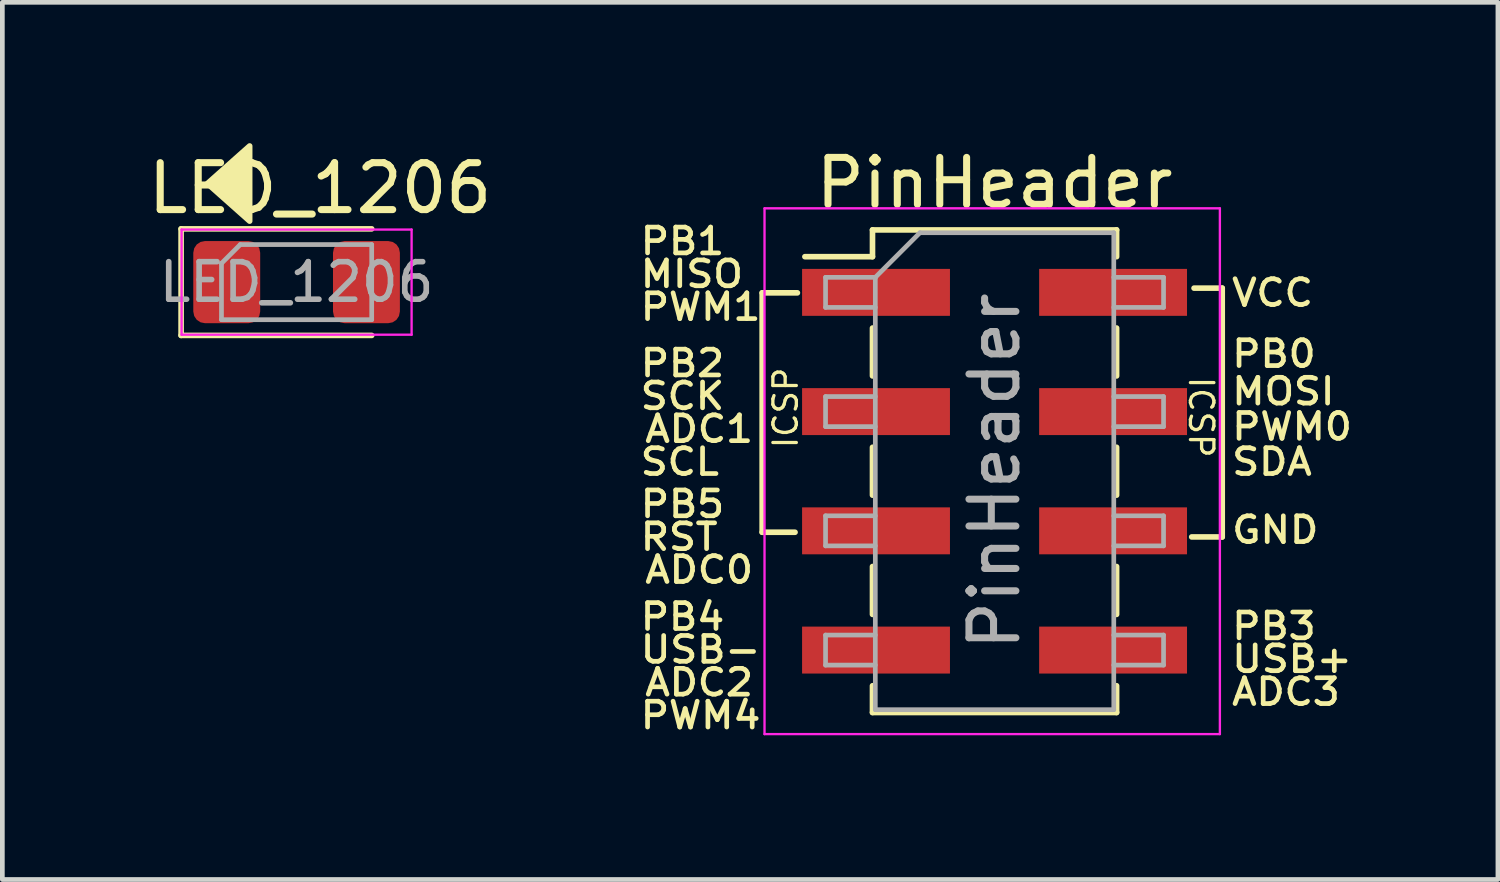
<source format=kicad_pcb>
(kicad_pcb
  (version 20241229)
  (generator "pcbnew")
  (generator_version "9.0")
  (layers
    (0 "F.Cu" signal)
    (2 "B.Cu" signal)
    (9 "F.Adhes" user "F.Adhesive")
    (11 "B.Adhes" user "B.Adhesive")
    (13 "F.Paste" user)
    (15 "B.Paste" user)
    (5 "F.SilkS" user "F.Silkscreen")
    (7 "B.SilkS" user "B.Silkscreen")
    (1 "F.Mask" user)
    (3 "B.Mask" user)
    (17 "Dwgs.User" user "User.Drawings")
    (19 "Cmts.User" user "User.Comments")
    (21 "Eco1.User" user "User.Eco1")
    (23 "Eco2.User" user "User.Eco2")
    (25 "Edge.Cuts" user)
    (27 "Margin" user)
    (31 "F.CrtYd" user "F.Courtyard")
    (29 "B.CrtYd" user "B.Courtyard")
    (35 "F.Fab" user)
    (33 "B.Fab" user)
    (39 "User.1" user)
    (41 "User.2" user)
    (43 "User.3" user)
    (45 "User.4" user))
  (footprint "LED_1206"
    (layer "F.Cu")
    (at 3.268 2.96)
    (property "Reference" "LED_1206" (at 0.5 -2 180) (layer "F.SilkS") (effects (font (size 1 1) (thickness 0.15))))
    (attr smd)
    (fp_line (start -2.46 -1.135) (end -2.46 1.135) (stroke (width 0.12) (type solid)) (layer "F.SilkS"))
    (fp_line (start -2.46 1.135) (end 1.6 1.135) (stroke (width 0.12) (type solid)) (layer "F.SilkS"))
    (fp_line (start 1.6 -1.135) (end -2.46 -1.135) (stroke (width 0.12) (type solid)) (layer "F.SilkS"))
    (fp_poly (pts (xy -1 -1.3) (xy -1.9 -2.1) (xy -1 -2.9)) (stroke (width 0.12) (type solid)) (fill yes) (layer "F.SilkS"))
    (fp_line (start -2.45 -1.12) (end 2.45 -1.12) (stroke (width 0.05) (type solid)) (layer "F.CrtYd"))
    (fp_line (start -2.45 1.12) (end -2.45 -1.12) (stroke (width 0.05) (type solid)) (layer "F.CrtYd"))
    (fp_line (start 2.45 -1.12) (end 2.45 1.12) (stroke (width 0.05) (type solid)) (layer "F.CrtYd"))
    (fp_line (start 2.45 1.12) (end -2.45 1.12) (stroke (width 0.05) (type solid)) (layer "F.CrtYd"))
    (fp_line (start -1.6 -0.4) (end -1.6 0.8) (stroke (width 0.1) (type solid)) (layer "F.Fab"))
    (fp_line (start -1.6 0.8) (end 1.6 0.8) (stroke (width 0.1) (type solid)) (layer "F.Fab"))
    (fp_line (start -1.2 -0.8) (end -1.6 -0.4) (stroke (width 0.1) (type solid)) (layer "F.Fab"))
    (fp_line (start 1.6 -0.8) (end -1.2 -0.8) (stroke (width 0.1) (type solid)) (layer "F.Fab"))
    (fp_line (start 1.6 0.8) (end 1.6 -0.8) (stroke (width 0.1) (type solid)) (layer "F.Fab"))
    (fp_text user "${REFERENCE}" (at 0 0 180) (layer "F.Fab") (effects (font (size 0.8 0.8) (thickness 0.12))))
    (pad "1" smd roundrect (at -1.488 0) (size 1.425 1.75) (layers "F.Cu" "F.Mask" "F.Paste") (roundrect_rratio 0.175))
    (pad "2" smd roundrect (at 1.488 0) (size 1.425 1.75) (layers "F.Cu" "F.Mask" "F.Paste") (roundrect_rratio 0.175)))
  (footprint "PinHeader"
    (layer "F.Cu")
    (at 18.136 6.988)
    (property "Reference" "PinHeader" (at 0 -6.14 0) (layer "F.SilkS") (effects (font (size 1 1) (thickness 0.15))))
    (attr smd)
    (fp_line (start -4.95 -3.8) (end -4.95 1.3) (stroke (width 0.12) (type solid)) (layer "F.SilkS"))
    (fp_line (start -4.95 1.3) (end -4.25 1.3) (stroke (width 0.12) (type solid)) (layer "F.SilkS"))
    (fp_line (start -4.2 -3.8) (end -4.95 -3.8) (stroke (width 0.12) (type solid)) (layer "F.SilkS"))
    (fp_line (start -4.04 -4.57) (end -2.6 -4.57) (stroke (width 0.12) (type solid)) (layer "F.SilkS"))
    (fp_line (start -2.6 -5.14) (end -2.6 -4.57) (stroke (width 0.12) (type solid)) (layer "F.SilkS"))
    (fp_line (start -2.6 -5.14) (end 2.6 -5.14) (stroke (width 0.12) (type solid)) (layer "F.SilkS"))
    (fp_line (start -2.6 -3.05) (end -2.6 -2.03) (stroke (width 0.12) (type solid)) (layer "F.SilkS"))
    (fp_line (start -2.6 -0.51) (end -2.6 0.51) (stroke (width 0.12) (type solid)) (layer "F.SilkS"))
    (fp_line (start -2.6 2.03) (end -2.6 3.05) (stroke (width 0.12) (type solid)) (layer "F.SilkS"))
    (fp_line (start -2.6 4.57) (end -2.6 5.14) (stroke (width 0.12) (type solid)) (layer "F.SilkS"))
    (fp_line (start -2.6 5.14) (end 2.6 5.14) (stroke (width 0.12) (type solid)) (layer "F.SilkS"))
    (fp_line (start 2.6 -5.14) (end 2.6 -4.57) (stroke (width 0.12) (type solid)) (layer "F.SilkS"))
    (fp_line (start 2.6 -3.05) (end 2.6 -2.03) (stroke (width 0.12) (type solid)) (layer "F.SilkS"))
    (fp_line (start 2.6 -0.51) (end 2.6 0.51) (stroke (width 0.12) (type solid)) (layer "F.SilkS"))
    (fp_line (start 2.6 2.03) (end 2.6 3.05) (stroke (width 0.12) (type solid)) (layer "F.SilkS"))
    (fp_line (start 2.6 4.57) (end 2.6 5.14) (stroke (width 0.12) (type solid)) (layer "F.SilkS"))
    (fp_line (start 4.25 -3.9) (end 4.85 -3.9) (stroke (width 0.12) (type solid)) (layer "F.SilkS"))
    (fp_line (start 4.85 -3.9) (end 4.85 1.4) (stroke (width 0.12) (type solid)) (layer "F.SilkS"))
    (fp_line (start 4.85 1.4) (end 4.2 1.4) (stroke (width 0.12) (type solid)) (layer "F.SilkS"))
    (fp_line (start -4.9 -5.6) (end -4.9 5.6) (stroke (width 0.05) (type solid)) (layer "F.CrtYd"))
    (fp_line (start -4.9 5.6) (end 4.8 5.6) (stroke (width 0.05) (type solid)) (layer "F.CrtYd"))
    (fp_line (start 4.8 -5.6) (end -4.9 -5.6) (stroke (width 0.05) (type solid)) (layer "F.CrtYd"))
    (fp_line (start 4.8 5.6) (end 4.8 -5.6) (stroke (width 0.05) (type solid)) (layer "F.CrtYd"))
    (fp_line (start -3.6 -4.13) (end -3.6 -3.49) (stroke (width 0.1) (type solid)) (layer "F.Fab"))
    (fp_line (start -3.6 -3.49) (end -2.54 -3.49) (stroke (width 0.1) (type solid)) (layer "F.Fab"))
    (fp_line (start -3.6 -1.59) (end -3.6 -0.95) (stroke (width 0.1) (type solid)) (layer "F.Fab"))
    (fp_line (start -3.6 -0.95) (end -2.54 -0.95) (stroke (width 0.1) (type solid)) (layer "F.Fab"))
    (fp_line (start -3.6 0.95) (end -3.6 1.59) (stroke (width 0.1) (type solid)) (layer "F.Fab"))
    (fp_line (start -3.6 1.59) (end -2.54 1.59) (stroke (width 0.1) (type solid)) (layer "F.Fab"))
    (fp_line (start -3.6 3.49) (end -3.6 4.13) (stroke (width 0.1) (type solid)) (layer "F.Fab"))
    (fp_line (start -3.6 4.13) (end -2.54 4.13) (stroke (width 0.1) (type solid)) (layer "F.Fab"))
    (fp_line (start -2.54 -4.13) (end -3.6 -4.13) (stroke (width 0.1) (type solid)) (layer "F.Fab"))
    (fp_line (start -2.54 -4.13) (end -1.59 -5.08) (stroke (width 0.1) (type solid)) (layer "F.Fab"))
    (fp_line (start -2.54 -1.59) (end -3.6 -1.59) (stroke (width 0.1) (type solid)) (layer "F.Fab"))
    (fp_line (start -2.54 0.95) (end -3.6 0.95) (stroke (width 0.1) (type solid)) (layer "F.Fab"))
    (fp_line (start -2.54 3.49) (end -3.6 3.49) (stroke (width 0.1) (type solid)) (layer "F.Fab"))
    (fp_line (start -2.54 5.08) (end -2.54 -4.13) (stroke (width 0.1) (type solid)) (layer "F.Fab"))
    (fp_line (start -1.59 -5.08) (end 2.54 -5.08) (stroke (width 0.1) (type solid)) (layer "F.Fab"))
    (fp_line (start 2.54 -5.08) (end 2.54 5.08) (stroke (width 0.1) (type solid)) (layer "F.Fab"))
    (fp_line (start 2.54 -4.13) (end 3.6 -4.13) (stroke (width 0.1) (type solid)) (layer "F.Fab"))
    (fp_line (start 2.54 -1.59) (end 3.6 -1.59) (stroke (width 0.1) (type solid)) (layer "F.Fab"))
    (fp_line (start 2.54 0.95) (end 3.6 0.95) (stroke (width 0.1) (type solid)) (layer "F.Fab"))
    (fp_line (start 2.54 3.49) (end 3.6 3.49) (stroke (width 0.1) (type solid)) (layer "F.Fab"))
    (fp_line (start 2.54 5.08) (end -2.54 5.08) (stroke (width 0.1) (type solid)) (layer "F.Fab"))
    (fp_line (start 3.6 -4.13) (end 3.6 -3.49) (stroke (width 0.1) (type solid)) (layer "F.Fab"))
    (fp_line (start 3.6 -3.49) (end 2.54 -3.49) (stroke (width 0.1) (type solid)) (layer "F.Fab"))
    (fp_line (start 3.6 -1.59) (end 3.6 -0.95) (stroke (width 0.1) (type solid)) (layer "F.Fab"))
    (fp_line (start 3.6 -0.95) (end 2.54 -0.95) (stroke (width 0.1) (type solid)) (layer "F.Fab"))
    (fp_line (start 3.6 0.95) (end 3.6 1.59) (stroke (width 0.1) (type solid)) (layer "F.Fab"))
    (fp_line (start 3.6 1.59) (end 2.54 1.59) (stroke (width 0.1) (type solid)) (layer "F.Fab"))
    (fp_line (start 3.6 3.49) (end 3.6 4.13) (stroke (width 0.1) (type solid)) (layer "F.Fab"))
    (fp_line (start 3.6 4.13) (end 2.54 4.13) (stroke (width 0.1) (type solid)) (layer "F.Fab"))
    (fp_text user "SCK" (at -7.6 -1.6 0) (unlocked yes) (layer "F.SilkS") (effects (font (size 0.55 0.6) (thickness 0.1)) (justify left)))
    (fp_text user "PB5" (at -7.6 0.7 0) (unlocked yes) (layer "F.SilkS") (effects (font (size 0.55 0.6) (thickness 0.1)) (justify left)))
    (fp_text user "ADC2" (at -7.5 4.5 0) (unlocked yes) (layer "F.SilkS") (effects (font (size 0.55 0.6) (thickness 0.1)) (justify left)))
    (fp_text user "RST" (at -7.6 1.4 0) (unlocked yes) (layer "F.SilkS") (effects (font (size 0.55 0.6) (thickness 0.1)) (justify left)))
    (fp_text user "SCL" (at -7.6 -0.2 0) (unlocked yes) (layer "F.SilkS") (effects (font (size 0.55 0.6) (thickness 0.1)) (justify left)))
    (fp_text user "ICSP" (at 4.4 -1.15 270) (unlocked yes) (layer "F.SilkS") (effects (font (size 0.5 0.5) (thickness 0.07))))
    (fp_text user "SDA" (at 5 -0.2 0) (unlocked yes) (layer "F.SilkS") (effects (font (size 0.55 0.6) (thickness 0.1)) (justify left)))
    (fp_text user "PB3" (at 5 3.3 0) (unlocked yes) (layer "F.SilkS") (effects (font (size 0.55 0.6) (thickness 0.1)) (justify left)))
    (fp_text user "PB2" (at -7.6 -2.3 0) (unlocked yes) (layer "F.SilkS") (effects (font (size 0.55 0.6) (thickness 0.1)) (justify left)))
    (fp_text user "PWM1" (at -7.6 -3.5 0) (unlocked yes) (layer "F.SilkS") (effects (font (size 0.55 0.6) (thickness 0.1)) (justify left)))
    (fp_text user "PB4" (at -7.6 3.1 0) (unlocked yes) (layer "F.SilkS") (effects (font (size 0.55 0.6) (thickness 0.1)) (justify left)))
    (fp_text user "ADC1" (at -7.5 -0.9 0) (unlocked yes) (layer "F.SilkS") (effects (font (size 0.55 0.6) (thickness 0.1)) (justify left)))
    (fp_text user "USB+" (at 5 4 0) (unlocked yes) (layer "F.SilkS") (effects (font (size 0.55 0.6) (thickness 0.1)) (justify left)))
    (fp_text user "MOSI" (at 5 -1.7 0) (unlocked yes) (layer "F.SilkS") (effects (font (size 0.55 0.6) (thickness 0.1)) (justify left)))
    (fp_text user "PB0" (at 5 -2.5 0) (unlocked yes) (layer "F.SilkS") (effects (font (size 0.55 0.6) (thickness 0.1)) (justify left)))
    (fp_text user "USB-" (at -7.6 3.8 0) (unlocked yes) (layer "F.SilkS") (effects (font (size 0.55 0.6) (thickness 0.1)) (justify left)))
    (fp_text user "PWM0" (at 5 -0.95 0) (unlocked yes) (layer "F.SilkS") (effects (font (size 0.55 0.6) (thickness 0.1)) (justify left)))
    (fp_text user "PB1" (at -7.6 -4.9 0) (unlocked yes) (layer "F.SilkS") (effects (font (size 0.55 0.6) (thickness 0.1)) (justify left)))
    (fp_text user "VCC" (at 5 -3.8 0) (unlocked yes) (layer "F.SilkS") (effects (font (size 0.55 0.6) (thickness 0.1)) (justify left)))
    (fp_text user "GND" (at 5 1.25 0) (unlocked yes) (layer "F.SilkS") (effects (font (size 0.55 0.6) (thickness 0.1)) (justify left)))
    (fp_text user "ADC0" (at -7.5 2.1 0) (unlocked yes) (layer "F.SilkS") (effects (font (size 0.55 0.6) (thickness 0.1)) (justify left)))
    (fp_text user "PWM4" (at -7.6 5.2 0) (unlocked yes) (layer "F.SilkS") (effects (font (size 0.55 0.6) (thickness 0.1)) (justify left)))
    (fp_text user "ICSP" (at -4.45 -1.35 90) (unlocked yes) (layer "F.SilkS") (effects (font (size 0.5 0.5) (thickness 0.07))))
    (fp_text user "MISO" (at -7.6 -4.2 0) (unlocked yes) (layer "F.SilkS") (effects (font (size 0.55 0.6) (thickness 0.1)) (justify left)))
    (fp_text user "ADC3" (at 5 4.7 0) (unlocked yes) (layer "F.SilkS") (effects (font (size 0.55 0.6) (thickness 0.1)) (justify left)))
    (fp_text user "${REFERENCE}" (at 0 0 90) (layer "F.Fab") (effects (font (size 1 1) (thickness 0.15))))
    (pad "1" smd rect (at -2.525 -3.81) (size 3.15 1) (layers "F.Cu" "F.Mask" "F.Paste"))
    (pad "2" smd rect (at 2.525 -3.81) (size 3.15 1) (layers "F.Cu" "F.Mask" "F.Paste"))
    (pad "3" smd rect (at -2.525 -1.27) (size 3.15 1) (layers "F.Cu" "F.Mask" "F.Paste"))
    (pad "4" smd rect (at 2.525 -1.27) (size 3.15 1) (layers "F.Cu" "F.Mask" "F.Paste"))
    (pad "5" smd rect (at -2.525 1.27) (size 3.15 1) (layers "F.Cu" "F.Mask" "F.Paste"))
    (pad "6" smd rect (at 2.525 1.27) (size 3.15 1) (layers "F.Cu" "F.Mask" "F.Paste"))
    (pad "7" smd rect (at -2.525 3.81) (size 3.15 1) (layers "F.Cu" "F.Mask" "F.Paste"))
    (pad "8" smd rect (at 2.525 3.81) (size 3.15 1) (layers "F.Cu" "F.Mask" "F.Paste")))
  (gr_rect
    (start -3 -3)
    (end 28.859 15.685)
    (stroke (width 0.1) (type default))
    (fill no)
    (layer "Edge.Cuts")))
</source>
